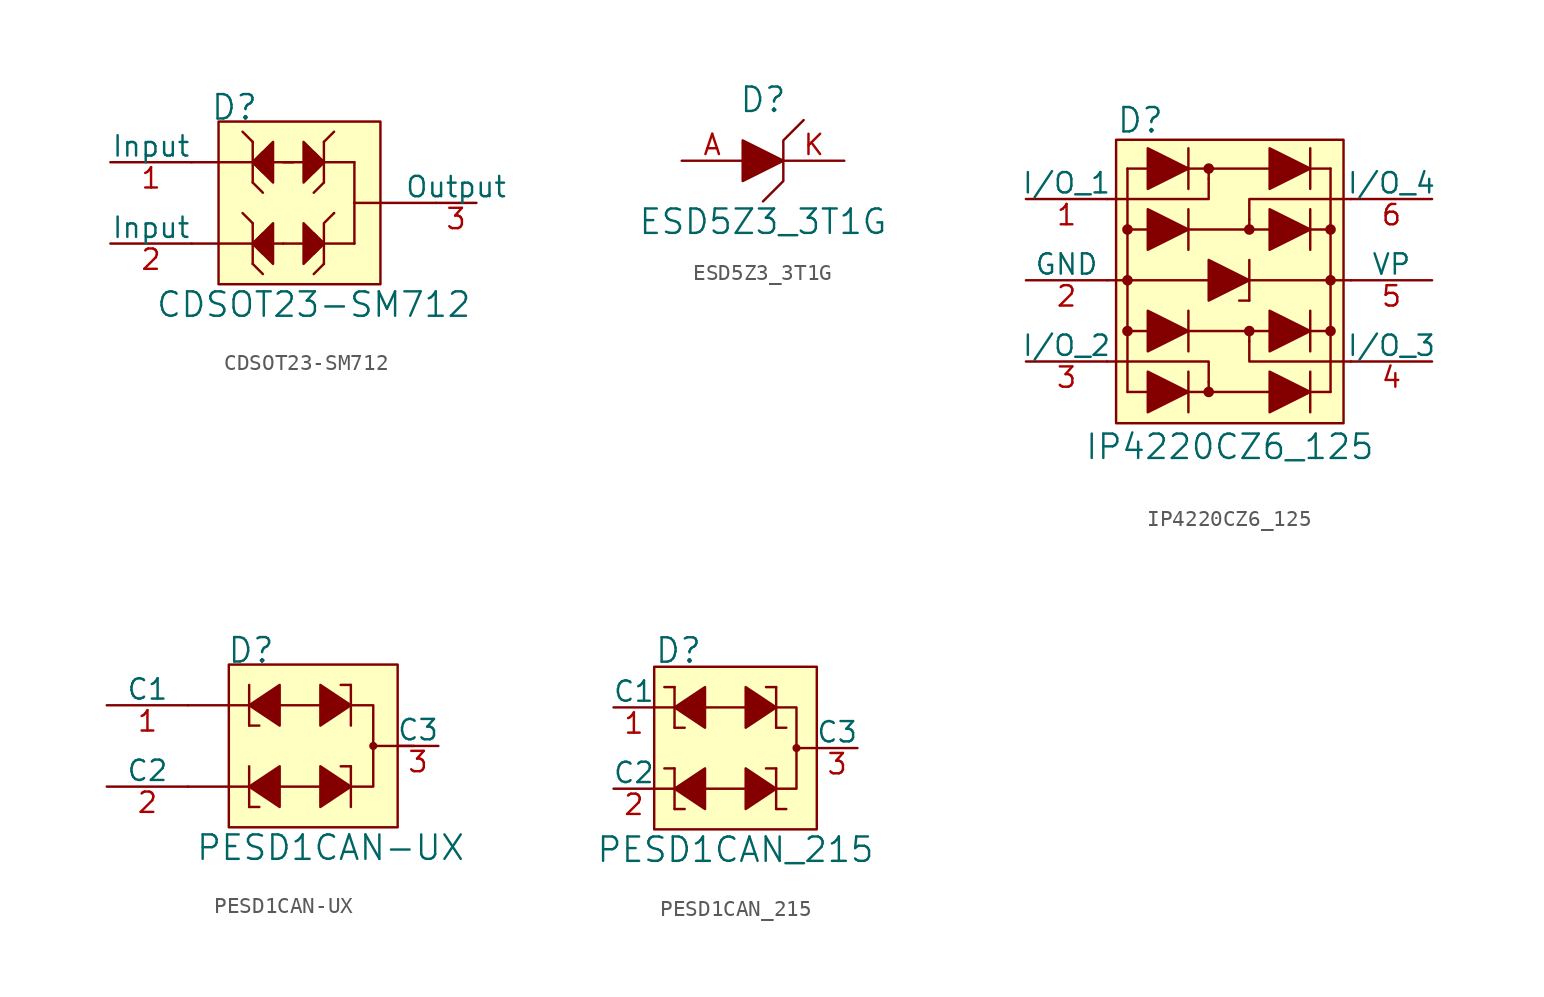
<source format=kicad_sym>
(kicad_symbol_lib
  (version 20201005)
  (generator kicad_symbol_editor)
  (symbol "CDSOT23-SM712"
    (pin_names
      (offset 0))
    (property "Reference" "D"
      (at -4.953 5.969 0)
      (effects (font (size 1.524 1.524))))
    (property "Value" "CDSOT23-SM712"
      (at 0 -6.35 0)
      (effects (font (size 1.524 1.524))))
    (symbol "CDSOT23-SM712_0_1"
      (rectangle (start -5.944 5.08) (end 4.166 -5.08) (stroke (width 0)) (fill (type background)))
      (polyline (pts (xy -3.81 -3.81) (xy -3.175 -4.445)) (stroke (width 0)) (fill (type none)))
      (polyline (pts (xy -3.81 -1.27) (xy -4.445 -0.635)) (stroke (width 0)) (fill (type none)))
      (polyline (pts (xy -3.81 -1.27) (xy -3.81 -3.81)) (stroke (width 0)) (fill (type none)))
      (polyline (pts (xy -3.81 1.27) (xy -3.175 0.635)) (stroke (width 0)) (fill (type none)))
      (polyline (pts (xy -3.81 3.81) (xy -4.445 4.445)) (stroke (width 0)) (fill (type none)))
      (polyline (pts (xy -3.81 3.81) (xy -3.81 1.27)) (stroke (width 0)) (fill (type none)))
      (polyline (pts (xy -2.54 -2.54) (xy -7.62 -2.54)) (stroke (width 0)) (fill (type none)))
      (polyline (pts (xy -2.54 2.54) (xy -7.62 2.54)) (stroke (width 0)) (fill (type none)))
      (polyline (pts (xy -1.905 -2.54) (xy -2.54 -2.54)) (stroke (width 0)) (fill (type none)))
      (polyline (pts (xy -1.905 -2.54) (xy 0 -2.54)) (stroke (width 0)) (fill (type none)))
      (polyline (pts (xy -1.905 2.54) (xy 0 2.54)) (stroke (width 0)) (fill (type none)))
      (polyline (pts (xy -1.27 2.54) (xy -2.54 2.54)) (stroke (width 0)) (fill (type none)))
      (polyline (pts (xy 0 -2.54) (xy 2.54 -2.54)) (stroke (width 0)) (fill (type none)))
      (polyline (pts (xy 0.635 -3.81) (xy 0 -4.445)) (stroke (width 0)) (fill (type none)))
      (polyline (pts (xy 0.635 1.27) (xy 0 0.635)) (stroke (width 0)) (fill (type none)))
      (polyline (pts (xy 0.635 1.27) (xy 0.635 3.81)) (stroke (width 0)) (fill (type none)))
      (polyline (pts (xy 0.635 3.81) (xy 1.27 4.445)) (stroke (width 0)) (fill (type none)))
      (polyline (pts (xy 1.27 -0.635) (xy 1.27 -0.635)) (stroke (width 0)) (fill (type none)))
      (polyline (pts (xy 2.54 0) (xy 2.54 -2.54)) (stroke (width 0)) (fill (type none)))
      (polyline (pts (xy 2.54 0) (xy 2.54 2.54)) (stroke (width 0)) (fill (type none)))
      (polyline (pts (xy 2.54 2.54) (xy 0 2.54)) (stroke (width 0)) (fill (type none)))
      (polyline (pts (xy 7.62 0) (xy 2.54 0)) (stroke (width 0)) (fill (type none)))
      (polyline (pts (xy 0.635 -3.81) (xy 0.635 -1.27) (xy 1.27 -0.635)) (stroke (width 0)) (fill (type none)))
      (polyline (pts (xy -3.81 -2.54) (xy -3.175 -1.905) (xy -3.175 -3.175) (xy -3.81 -2.54)) (stroke (width 0)) (fill (type outline)))
      (polyline (pts (xy -3.81 -2.54) (xy -2.54 -1.27) (xy -2.54 -3.81) (xy -3.81 -2.54)) (stroke (width 0)) (fill (type outline)))
      (polyline (pts (xy -3.81 2.54) (xy -3.175 3.175) (xy -3.175 1.905) (xy -3.81 2.54)) (stroke (width 0)) (fill (type outline)))
      (polyline (pts (xy -3.81 2.54) (xy -2.54 3.81) (xy -2.54 1.27) (xy -3.81 2.54)) (stroke (width 0)) (fill (type outline)))
      (polyline (pts (xy 0 3.175) (xy 0 1.905) (xy 0.635 2.54) (xy 0 3.175)) (stroke (width 0)) (fill (type outline)))
      (polyline (pts (xy 0.635 -2.54) (xy -0.635 -1.27) (xy -0.635 -3.81) (xy 0.635 -2.54)) (stroke (width 0)) (fill (type outline)))
      (polyline (pts (xy 0.635 2.54) (xy -0.635 3.81) (xy -0.635 1.27) (xy 0.635 2.54)) (stroke (width 0)) (fill (type outline)))
      (polyline (pts (xy 0 -2.54) (xy 0 -1.905) (xy 0.635 -2.54) (xy 0 -3.175) (xy 0 -2.54)) (stroke (width 0)) (fill (type outline))))
    (symbol "CDSOT23-SM712_1_1"
      (pin input line (at -12.7 2.54 0) (length 5.08) (name "Input" (effects (font (size 1.27 1.27)))) (number "1" (effects (font (size 1.27 1.27)))))
      (pin input line (at -12.7 -2.54 0) (length 5.08) (name "Input" (effects (font (size 1.27 1.27)))) (number "2" (effects (font (size 1.27 1.27)))))
      (pin output line (at 10.16 0 180) (length 2.54) (name "Output" (effects (font (size 1.27 1.27)))) (number "3" (effects (font (size 1.27 1.27)))))))
  (symbol "ESD5Z3_3T1G"
    (pin_names
      (offset 1.016))
    (property "Reference" "D"
      (at 0 3.81 0)
      (effects (font (size 1.524 1.524))))
    (property "Value" "ESD5Z3_3T1G"
      (at 0 -3.81 0)
      (effects (font (size 1.524 1.524))))
    (symbol "ESD5Z3_3T1G_0_1"
      (polyline (pts (xy -1.27 1.27) (xy -1.27 -1.27) (xy 1.27 0) (xy -1.27 1.27)) (stroke (width 0)) (fill (type outline)))
      (polyline (pts (xy 2.54 2.54) (xy 1.27 1.27) (xy 1.27 -1.27) (xy 0 -2.54)) (stroke (width 0)) (fill (type none))))
    (symbol "ESD5Z3_3T1G_1_1"
      (pin bidirectional line (at -5.08 0 0) (length 3.81) (name "~" (effects (font (size 1.27 1.27)))) (number "A" (effects (font (size 1.27 1.27)))))
      (pin bidirectional line (at 5.08 0 180) (length 3.81) (name "~" (effects (font (size 1.27 1.27)))) (number "K" (effects (font (size 1.27 1.27)))))))
  (symbol "IP4220CZ6_125"
    (pin_names
      (offset 0))
    (property "Reference" "D"
      (at -7.061 7.468 0)
      (effects (font (size 1.524 1.524)) (justify left)))
    (property "Value" "IP4220CZ6_125"
      (at 0.051 -12.954 0)
      (effects (font (size 1.524 1.524))))
    (symbol "IP4220CZ6_125_0_1"
      (circle (center -6.35 -5.715) (radius 0.254) (stroke (width 0)) (fill (type outline)))
      (circle (center -6.35 -2.54) (radius 0.254) (stroke (width 0)) (fill (type outline)))
      (circle (center -6.35 0.635) (radius 0.254) (stroke (width 0)) (fill (type outline)))
      (circle (center -1.27 -9.525) (radius 0.254) (stroke (width 0)) (fill (type outline)))
      (circle (center -1.27 4.445) (radius 0.254) (stroke (width 0)) (fill (type outline)))
      (circle (center 1.27 -5.715) (radius 0.254) (stroke (width 0)) (fill (type outline)))
      (circle (center 1.27 0.635) (radius 0.254) (stroke (width 0)) (fill (type outline)))
      (circle (center 6.35 -5.715) (radius 0.254) (stroke (width 0)) (fill (type outline)))
      (circle (center 6.35 -2.54) (radius 0.254) (stroke (width 0)) (fill (type outline)))
      (circle (center 6.35 0.635) (radius 0.254) (stroke (width 0)) (fill (type outline)))
      (rectangle (start -7.061 6.248) (end 7.163 -11.481) (stroke (width 0)) (fill (type background)))
      (polyline (pts (xy -6.35 -9.525) (xy -6.35 4.445)) (stroke (width 0)) (fill (type none)))
      (polyline (pts (xy -6.35 -9.525) (xy 6.35 -9.525)) (stroke (width 0)) (fill (type none)))
      (polyline (pts (xy -6.35 0.635) (xy 6.35 0.635)) (stroke (width 0)) (fill (type none)))
      (polyline (pts (xy -6.35 4.445) (xy 6.35 4.445)) (stroke (width 0)) (fill (type none)))
      (polyline (pts (xy -2.54 -8.255) (xy -2.54 -10.795)) (stroke (width 0)) (fill (type none)))
      (polyline (pts (xy -2.54 -4.445) (xy -2.54 -6.985)) (stroke (width 0)) (fill (type none)))
      (polyline (pts (xy -2.54 1.905) (xy -2.54 -0.635)) (stroke (width 0)) (fill (type none)))
      (polyline (pts (xy -2.54 5.715) (xy -2.54 3.175)) (stroke (width 0)) (fill (type none)))
      (polyline (pts (xy -1.27 -8.89) (xy -1.27 -9.525)) (stroke (width 0)) (fill (type none)))
      (polyline (pts (xy -1.27 -2.54) (xy -7.62 -2.54)) (stroke (width 0)) (fill (type none)))
      (polyline (pts (xy -1.27 -2.54) (xy 1.27 -2.54)) (stroke (width 0)) (fill (type none)))
      (polyline (pts (xy -1.27 3.81) (xy -1.27 4.445)) (stroke (width 0)) (fill (type none)))
      (polyline (pts (xy 1.27 -5.715) (xy 1.27 -6.35)) (stroke (width 0)) (fill (type none)))
      (polyline (pts (xy 1.27 -3.81) (xy 0.635 -3.81)) (stroke (width 0)) (fill (type none)))
      (polyline (pts (xy 1.27 -2.54) (xy 7.62 -2.54)) (stroke (width 0)) (fill (type none)))
      (polyline (pts (xy 1.27 -1.27) (xy 1.27 -3.81)) (stroke (width 0)) (fill (type none)))
      (polyline (pts (xy 1.27 0.635) (xy 1.27 1.27)) (stroke (width 0)) (fill (type none)))
      (polyline (pts (xy 5.08 -8.255) (xy 5.08 -10.795)) (stroke (width 0)) (fill (type none)))
      (polyline (pts (xy 5.08 -4.445) (xy 5.08 -6.985)) (stroke (width 0)) (fill (type none)))
      (polyline (pts (xy 5.08 1.905) (xy 5.08 -0.635)) (stroke (width 0)) (fill (type none)))
      (polyline (pts (xy 5.08 5.715) (xy 5.08 3.175)) (stroke (width 0)) (fill (type none)))
      (polyline (pts (xy 6.35 -5.715) (xy -6.35 -5.715)) (stroke (width 0)) (fill (type none)))
      (polyline (pts (xy 6.35 4.445) (xy 6.35 -9.525)) (stroke (width 0)) (fill (type none)))
      (polyline (pts (xy -1.27 -8.89) (xy -1.27 -7.62) (xy -7.62 -7.62)) (stroke (width 0)) (fill (type none)))
      (polyline (pts (xy -1.27 3.81) (xy -1.27 2.54) (xy -7.62 2.54)) (stroke (width 0)) (fill (type none)))
      (polyline (pts (xy 1.27 1.27) (xy 1.27 2.54) (xy 7.62 2.54)) (stroke (width 0)) (fill (type none)))
      (polyline (pts (xy 7.62 -7.62) (xy 1.27 -7.62) (xy 1.27 -6.35)) (stroke (width 0)) (fill (type none)))
      (polyline (pts (xy -5.08 -8.255) (xy -5.08 -10.795) (xy -2.54 -9.525) (xy -5.08 -8.255)) (stroke (width 0)) (fill (type outline)))
      (polyline (pts (xy -5.08 -4.445) (xy -5.08 -6.985) (xy -2.54 -5.715) (xy -5.08 -4.445)) (stroke (width 0)) (fill (type outline)))
      (polyline (pts (xy -5.08 1.905) (xy -5.08 -0.635) (xy -2.54 0.635) (xy -5.08 1.905)) (stroke (width 0)) (fill (type outline)))
      (polyline (pts (xy -5.08 5.715) (xy -5.08 3.175) (xy -2.54 4.445) (xy -5.08 5.715)) (stroke (width 0)) (fill (type outline)))
      (polyline (pts (xy -1.27 -1.27) (xy -1.27 -3.81) (xy 1.27 -2.54) (xy -1.27 -1.27)) (stroke (width 0)) (fill (type outline)))
      (polyline (pts (xy 2.54 -8.255) (xy 2.54 -10.795) (xy 5.08 -9.525) (xy 2.54 -8.255)) (stroke (width 0)) (fill (type outline)))
      (polyline (pts (xy 2.54 1.905) (xy 2.54 -0.635) (xy 5.08 0.635) (xy 2.54 1.905)) (stroke (width 0)) (fill (type outline)))
      (polyline (pts (xy 5.08 -5.715) (xy 2.54 -4.445) (xy 2.54 -6.985) (xy 5.08 -5.715)) (stroke (width 0)) (fill (type outline)))
      (polyline (pts (xy 5.08 4.445) (xy 2.54 5.715) (xy 2.54 3.175) (xy 5.08 4.445)) (stroke (width 0)) (fill (type outline))))
    (symbol "IP4220CZ6_125_1_1"
      (pin passive line (at -12.7 2.54 0) (length 5.08) (name "I/O_1" (effects (font (size 1.27 1.27)))) (number "1" (effects (font (size 1.27 1.27)))))
      (pin power_in line (at -12.7 -2.54 0) (length 5.08) (name "GND" (effects (font (size 1.27 1.27)))) (number "2" (effects (font (size 1.27 1.27)))))
      (pin passive line (at -12.7 -7.62 0) (length 5.08) (name "I/O_2" (effects (font (size 1.27 1.27)))) (number "3" (effects (font (size 1.27 1.27)))))
      (pin passive line (at 12.7 -7.62 180) (length 5.08) (name "I/O_3" (effects (font (size 1.27 1.27)))) (number "4" (effects (font (size 1.27 1.27)))))
      (pin power_in line (at 12.7 -2.54 180) (length 5.08) (name "VP" (effects (font (size 1.27 1.27)))) (number "5" (effects (font (size 1.27 1.27)))))
      (pin passive line (at 12.7 2.54 180) (length 5.08) (name "I/O_4" (effects (font (size 1.27 1.27)))) (number "6" (effects (font (size 1.27 1.27)))))))
  (symbol "PESD1CAN-UX"
    (pin_names
      (offset 0))
    (property "Reference" "D"
      (at -5.207 5.969 0)
      (effects (font (size 1.524 1.524)) (justify left)))
    (property "Value" "PESD1CAN-UX"
      (at 1.27 -6.35 0)
      (effects (font (size 1.524 1.524))))
    (symbol "PESD1CAN-UX_0_1"
      (circle (center 3.937 0) (radius 0.178) (stroke (width 0)) (fill (type outline)))
      (rectangle (start -5.08 5.08) (end 5.461 -5.08) (stroke (width 0)) (fill (type background)))
      (polyline (pts (xy -3.81 -3.81) (xy -3.175 -3.81)) (stroke (width 0)) (fill (type none)))
      (polyline (pts (xy -3.81 -2.54) (xy -7.62 -2.54)) (stroke (width 0)) (fill (type none)))
      (polyline (pts (xy -3.81 -1.27) (xy -3.81 -3.81)) (stroke (width 0)) (fill (type none)))
      (polyline (pts (xy -3.81 1.27) (xy -3.175 1.27)) (stroke (width 0)) (fill (type none)))
      (polyline (pts (xy -3.81 2.54) (xy -7.62 2.54)) (stroke (width 0)) (fill (type none)))
      (polyline (pts (xy -3.81 3.81) (xy -3.81 1.27)) (stroke (width 0)) (fill (type none)))
      (polyline (pts (xy 0.635 -2.54) (xy -1.905 -2.54)) (stroke (width 0)) (fill (type none)))
      (polyline (pts (xy 0.635 2.54) (xy -1.905 2.54)) (stroke (width 0)) (fill (type none)))
      (polyline (pts (xy 0.635 2.54) (xy 0.635 2.54)) (stroke (width 0)) (fill (type none)))
      (polyline (pts (xy 2.54 -1.27) (xy 1.905 -1.27)) (stroke (width 0)) (fill (type none)))
      (polyline (pts (xy 2.54 -1.27) (xy 2.54 -3.81)) (stroke (width 0)) (fill (type none)))
      (polyline (pts (xy 2.54 3.81) (xy 1.905 3.81)) (stroke (width 0)) (fill (type none)))
      (polyline (pts (xy 2.54 3.81) (xy 2.54 1.27)) (stroke (width 0)) (fill (type none)))
      (polyline (pts (xy 3.937 0) (xy 6.477 0)) (stroke (width 0)) (fill (type none)))
      (polyline (pts (xy -1.905 -1.27) (xy -1.905 -3.81) (xy -3.81 -2.54) (xy -1.905 -1.27)) (stroke (width 0)) (fill (type outline)))
      (polyline (pts (xy -1.905 1.27) (xy -1.905 3.81) (xy -3.81 2.54) (xy -1.905 1.27)) (stroke (width 0)) (fill (type outline)))
      (polyline (pts (xy 0.635 -1.27) (xy 0.635 -3.81) (xy 2.54 -2.54) (xy 0.635 -1.27)) (stroke (width 0)) (fill (type outline)))
      (polyline (pts (xy 0.635 3.81) (xy 0.635 1.27) (xy 2.54 2.54) (xy 0.635 3.81)) (stroke (width 0)) (fill (type outline)))
      (polyline (pts (xy 1.397 2.54) (xy 3.937 2.54) (xy 3.937 -2.54) (xy 1.397 -2.54)) (stroke (width 0)) (fill (type none))))
    (symbol "PESD1CAN-UX_1_1"
      (pin bidirectional line (at -12.7 2.54 0) (length 5.08) (name "C1" (effects (font (size 1.27 1.27)))) (number "1" (effects (font (size 1.27 1.27)))))
      (pin bidirectional line (at -12.7 -2.54 0) (length 5.08) (name "C2" (effects (font (size 1.27 1.27)))) (number "2" (effects (font (size 1.27 1.27)))))
      (pin bidirectional line (at 8.001 0 180) (length 2.54) (name "C3" (effects (font (size 1.27 1.27)))) (number "3" (effects (font (size 1.27 1.27)))))))
  (symbol "PESD1CAN_215"
    (pin_names
      (offset 0))
    (property "Reference" "D"
      (at -5.08 6.096 0)
      (effects (font (size 1.524 1.524)) (justify left)))
    (property "Value" "PESD1CAN_215"
      (at 0 -6.35 0)
      (effects (font (size 1.524 1.524))))
    (symbol "PESD1CAN_215_0_1"
      (circle (center 3.81 0) (radius 0.178) (stroke (width 0)) (fill (type outline)))
      (rectangle (start -5.08 5.08) (end 5.08 -5.08) (stroke (width 0)) (fill (type background)))
      (polyline (pts (xy -5.08 -2.54) (xy -3.81 -2.54)) (stroke (width 0)) (fill (type none)))
      (polyline (pts (xy -5.08 2.54) (xy -3.81 2.54)) (stroke (width 0)) (fill (type none)))
      (polyline (pts (xy -3.81 -3.81) (xy -3.175 -3.81)) (stroke (width 0)) (fill (type none)))
      (polyline (pts (xy -3.81 -1.27) (xy -4.445 -1.27)) (stroke (width 0)) (fill (type none)))
      (polyline (pts (xy -3.81 -1.27) (xy -3.81 -3.81)) (stroke (width 0)) (fill (type none)))
      (polyline (pts (xy -3.81 1.27) (xy -3.175 1.27)) (stroke (width 0)) (fill (type none)))
      (polyline (pts (xy -3.81 3.81) (xy -4.445 3.81)) (stroke (width 0)) (fill (type none)))
      (polyline (pts (xy -3.81 3.81) (xy -3.81 1.27)) (stroke (width 0)) (fill (type none)))
      (polyline (pts (xy 0.635 -2.54) (xy -1.905 -2.54)) (stroke (width 0)) (fill (type none)))
      (polyline (pts (xy 0.635 2.54) (xy -1.905 2.54)) (stroke (width 0)) (fill (type none)))
      (polyline (pts (xy 0.635 2.54) (xy 0.635 2.54)) (stroke (width 0)) (fill (type none)))
      (polyline (pts (xy 2.54 -3.81) (xy 3.175 -3.81)) (stroke (width 0)) (fill (type none)))
      (polyline (pts (xy 2.54 -1.27) (xy 1.905 -1.27)) (stroke (width 0)) (fill (type none)))
      (polyline (pts (xy 2.54 -1.27) (xy 2.54 -3.81)) (stroke (width 0)) (fill (type none)))
      (polyline (pts (xy 2.54 1.27) (xy 3.175 1.27)) (stroke (width 0)) (fill (type none)))
      (polyline (pts (xy 2.54 3.81) (xy 1.905 3.81)) (stroke (width 0)) (fill (type none)))
      (polyline (pts (xy 2.54 3.81) (xy 2.54 1.27)) (stroke (width 0)) (fill (type none)))
      (polyline (pts (xy 3.81 0) (xy 5.08 0)) (stroke (width 0)) (fill (type none)))
      (polyline (pts (xy -1.905 -1.27) (xy -1.905 -3.81) (xy -3.81 -2.54) (xy -1.905 -1.27)) (stroke (width 0)) (fill (type outline)))
      (polyline (pts (xy -1.905 1.27) (xy -1.905 3.81) (xy -3.81 2.54) (xy -1.905 1.27)) (stroke (width 0)) (fill (type outline)))
      (polyline (pts (xy 0.635 -1.27) (xy 0.635 -3.81) (xy 2.54 -2.54) (xy 0.635 -1.27)) (stroke (width 0)) (fill (type outline)))
      (polyline (pts (xy 0.635 3.81) (xy 0.635 1.27) (xy 2.54 2.54) (xy 0.635 3.81)) (stroke (width 0)) (fill (type outline)))
      (polyline (pts (xy 2.54 2.54) (xy 3.81 2.54) (xy 3.81 -2.54) (xy 2.54 -2.54)) (stroke (width 0)) (fill (type none))))
    (symbol "PESD1CAN_215_1_1"
      (pin passive line (at -7.62 2.54 0) (length 2.54) (name "C1" (effects (font (size 1.27 1.27)))) (number "1" (effects (font (size 1.27 1.27)))))
      (pin passive line (at -7.62 -2.54 0) (length 2.54) (name "C2" (effects (font (size 1.27 1.27)))) (number "2" (effects (font (size 1.27 1.27)))))
      (pin passive line (at 7.62 0 180) (length 2.54) (name "C3" (effects (font (size 1.27 1.27)))) (number "3" (effects (font (size 1.27 1.27))))))))
</source>
